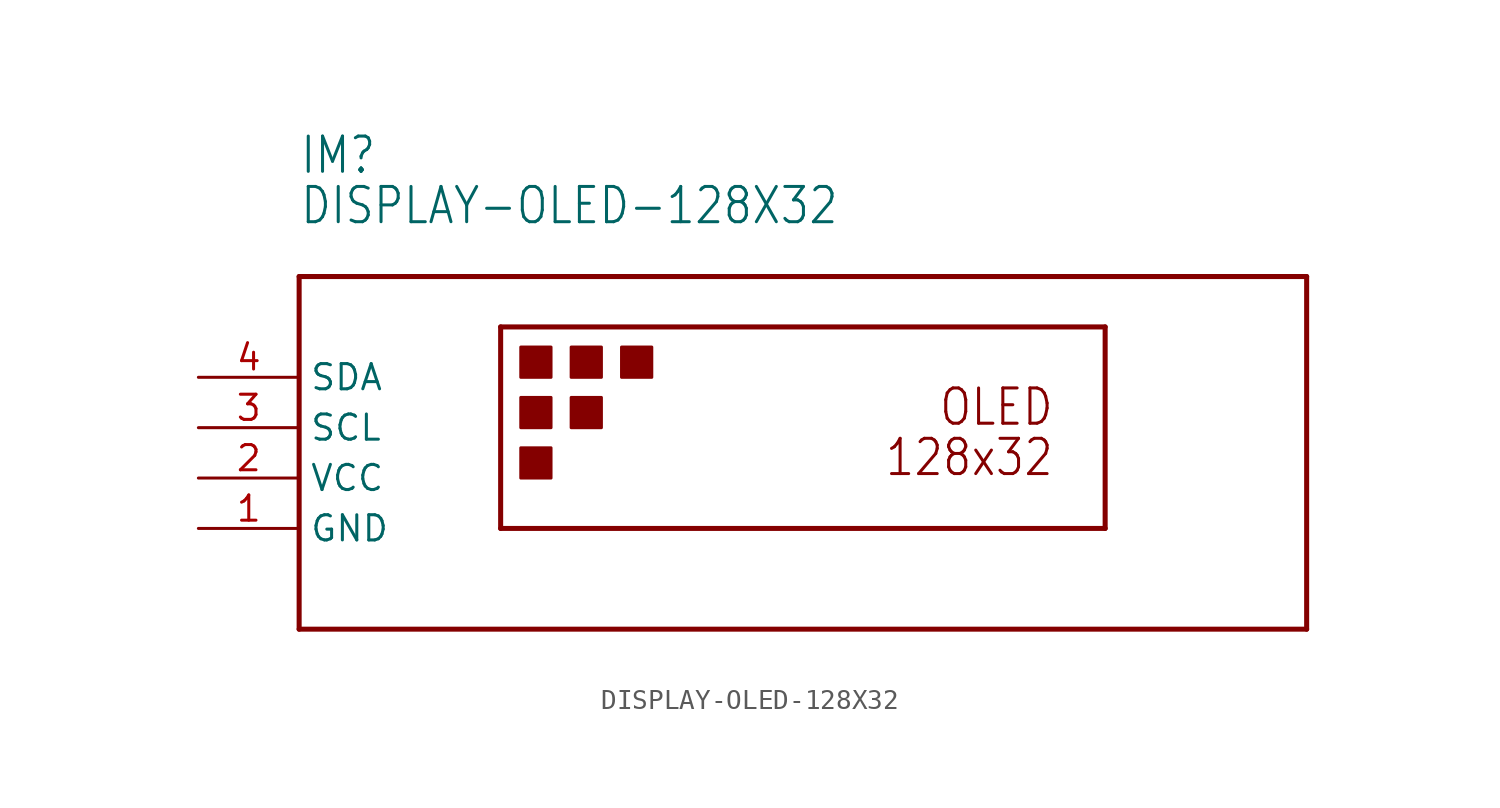
<source format=kicad_sym>
(kicad_symbol_lib
  (version 20211014)
  (generator kicad_symbol_editor)
  (symbol "DISPLAY-OLED-128X32"
    (property "Reference" "IM"
      (at -25.4 12.7 0)
      (effects (font (size 1.778 1.511)) (justify left bottom)))
    (property "Value" "DISPLAY-OLED-128X32"
      (at -25.4 10.16 0)
      (effects (font (size 1.778 1.511)) (justify left bottom)))
    (property "ki_locked" ""
      (at 0 0 0)
      (effects (font (size 1.27 1.27))))
    (symbol "DISPLAY-OLED-128X32_1_0"
      (rectangle (start -14.224 -2.54) (end -12.7 -1.016) (stroke (width 0) (type default) (color 0 0 0 0)) (fill (type outline)))
      (rectangle (start -14.224 0) (end -12.7 1.524) (stroke (width 0) (type default) (color 0 0 0 0)) (fill (type outline)))
      (rectangle (start -14.224 2.54) (end -12.7 4.064) (stroke (width 0) (type default) (color 0 0 0 0)) (fill (type outline)))
      (rectangle (start -11.684 0) (end -10.16 1.524) (stroke (width 0) (type default) (color 0 0 0 0)) (fill (type outline)))
      (rectangle (start -11.684 2.54) (end -10.16 4.064) (stroke (width 0) (type default) (color 0 0 0 0)) (fill (type outline)))
      (rectangle (start -9.144 2.54) (end -7.62 4.064) (stroke (width 0) (type default) (color 0 0 0 0)) (fill (type outline)))
      (polyline (pts (xy -25.4 -10.16) (xy -25.4 7.62)) (stroke (width 0.254) (type default) (color 0 0 0 0)) (fill (type none)))
      (polyline (pts (xy -25.4 7.62) (xy 25.4 7.62)) (stroke (width 0.254) (type default) (color 0 0 0 0)) (fill (type none)))
      (polyline (pts (xy -15.24 -5.08) (xy -15.24 5.08)) (stroke (width 0.254) (type default) (color 0 0 0 0)) (fill (type none)))
      (polyline (pts (xy -15.24 5.08) (xy 15.24 5.08)) (stroke (width 0.254) (type default) (color 0 0 0 0)) (fill (type none)))
      (polyline (pts (xy 15.24 -5.08) (xy -15.24 -5.08)) (stroke (width 0.254) (type default) (color 0 0 0 0)) (fill (type none)))
      (polyline (pts (xy 15.24 5.08) (xy 15.24 -5.08)) (stroke (width 0.254) (type default) (color 0 0 0 0)) (fill (type none)))
      (polyline (pts (xy 25.4 -10.16) (xy -25.4 -10.16)) (stroke (width 0.254) (type default) (color 0 0 0 0)) (fill (type none)))
      (polyline (pts (xy 25.4 7.62) (xy 25.4 -10.16)) (stroke (width 0.254) (type default) (color 0 0 0 0)) (fill (type none)))
      (text "128x32" (at 12.7 -2.54 0) (effects (font (size 1.778 1.511)) (justify right bottom)))
      (text "OLED" (at 12.7 0 0) (effects (font (size 1.778 1.511)) (justify right bottom)))
      (pin power_in line (at -30.48 -5.08 0) (length 5.08) (name "GND" (effects (font (size 1.27 1.27)))) (number "1" (effects (font (size 1.27 1.27)))))
      (pin power_in line (at -30.48 -2.54 0) (length 5.08) (name "VCC" (effects (font (size 1.27 1.27)))) (number "2" (effects (font (size 1.27 1.27)))))
      (pin input line (at -30.48 0 0) (length 5.08) (name "SCL" (effects (font (size 1.27 1.27)))) (number "3" (effects (font (size 1.27 1.27)))))
      (pin bidirectional line (at -30.48 2.54 0) (length 5.08) (name "SDA" (effects (font (size 1.27 1.27)))) (number "4" (effects (font (size 1.27 1.27))))))))
</source>
